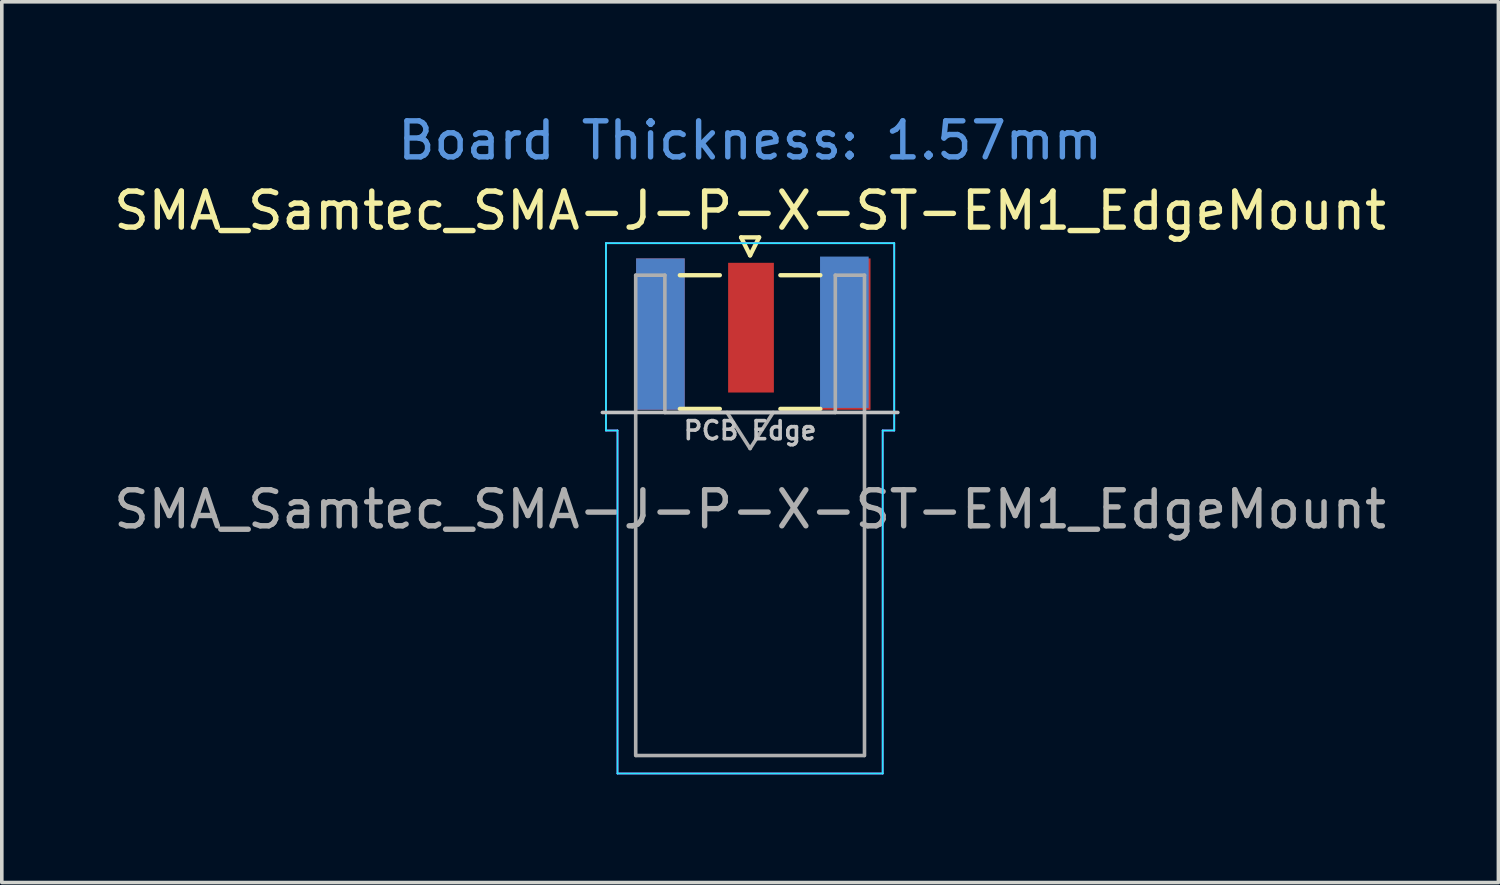
<source format=kicad_pcb>
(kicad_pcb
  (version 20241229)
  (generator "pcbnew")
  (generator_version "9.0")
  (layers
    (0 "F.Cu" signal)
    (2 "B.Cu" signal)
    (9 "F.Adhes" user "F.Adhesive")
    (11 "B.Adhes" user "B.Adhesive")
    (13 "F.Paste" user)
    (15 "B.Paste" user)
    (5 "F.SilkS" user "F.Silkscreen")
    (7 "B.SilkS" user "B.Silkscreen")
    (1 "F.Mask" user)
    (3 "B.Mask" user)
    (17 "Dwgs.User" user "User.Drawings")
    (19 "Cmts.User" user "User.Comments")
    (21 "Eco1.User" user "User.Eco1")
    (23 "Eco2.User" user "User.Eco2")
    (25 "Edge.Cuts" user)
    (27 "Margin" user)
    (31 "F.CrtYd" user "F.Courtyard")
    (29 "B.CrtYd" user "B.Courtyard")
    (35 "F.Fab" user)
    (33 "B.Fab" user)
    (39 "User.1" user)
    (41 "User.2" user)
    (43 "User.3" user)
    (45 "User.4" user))
  (footprint "SMA_Samtec_SMA-J-P-X-ST-EM1_EdgeMount"
    (layer "F.Cu")
    (at 17.768 6.298)
    (property "Reference" "SMA_Samtec_SMA-J-P-X-ST-EM1_EdgeMount" (at 0 -3.5 0) (layer "F.SilkS") (effects (font (size 1 1) (thickness 0.15))))
    (attr smd)
    (fp_line (start -1.95 -1.71) (end -0.84 -1.71) (stroke (width 0.12) (type solid)) (layer "F.SilkS"))
    (fp_line (start -1.95 2) (end -0.84 2) (stroke (width 0.12) (type solid)) (layer "F.SilkS"))
    (fp_line (start -0.25 -2.76) (end 0 -2.26) (stroke (width 0.12) (type solid)) (layer "F.SilkS"))
    (fp_line (start 0 -2.26) (end 0.25 -2.76) (stroke (width 0.12) (type solid)) (layer "F.SilkS"))
    (fp_line (start 0.25 -2.76) (end -0.25 -2.76) (stroke (width 0.12) (type solid)) (layer "F.SilkS"))
    (fp_line (start 0.84 -1.71) (end 1.95 -1.71) (stroke (width 0.12) (type solid)) (layer "F.SilkS"))
    (fp_line (start 0.84 2) (end 1.95 2) (stroke (width 0.12) (type solid)) (layer "F.SilkS"))
    (fp_line (start 4.1 2.1) (end -4.1 2.1) (stroke (width 0.1) (type solid)) (layer "Dwgs.User"))
    (fp_line (start -4 -2.6) (end 4 -2.6) (stroke (width 0.05) (type solid)) (layer "B.CrtYd"))
    (fp_line (start -4 2.6) (end -4 -2.6) (stroke (width 0.05) (type solid)) (layer "B.CrtYd"))
    (fp_line (start -3.68 2.6) (end -4 2.6) (stroke (width 0.05) (type solid)) (layer "B.CrtYd"))
    (fp_line (start -3.68 12.12) (end -3.68 2.6) (stroke (width 0.05) (type solid)) (layer "B.CrtYd"))
    (fp_line (start 3.68 2.6) (end 3.68 12.12) (stroke (width 0.05) (type solid)) (layer "B.CrtYd"))
    (fp_line (start 3.68 12.12) (end -3.68 12.12) (stroke (width 0.05) (type solid)) (layer "B.CrtYd"))
    (fp_line (start 4 2.6) (end 3.68 2.6) (stroke (width 0.05) (type solid)) (layer "B.CrtYd"))
    (fp_line (start 4 2.6) (end 4 -2.6) (stroke (width 0.05) (type solid)) (layer "B.CrtYd"))
    (fp_line (start -4 -2.6) (end 4 -2.6) (stroke (width 0.05) (type solid)) (layer "F.CrtYd"))
    (fp_line (start -4 2.6) (end -4 -2.6) (stroke (width 0.05) (type solid)) (layer "F.CrtYd"))
    (fp_line (start -3.68 2.6) (end -4 2.6) (stroke (width 0.05) (type solid)) (layer "F.CrtYd"))
    (fp_line (start -3.68 12.12) (end -3.68 2.6) (stroke (width 0.05) (type solid)) (layer "F.CrtYd"))
    (fp_line (start 3.68 2.6) (end 3.68 12.12) (stroke (width 0.05) (type solid)) (layer "F.CrtYd"))
    (fp_line (start 3.68 2.6) (end 4 2.6) (stroke (width 0.05) (type solid)) (layer "F.CrtYd"))
    (fp_line (start 3.68 12.12) (end -3.68 12.12) (stroke (width 0.05) (type solid)) (layer "F.CrtYd"))
    (fp_line (start 4 2.6) (end 4 -2.6) (stroke (width 0.05) (type solid)) (layer "F.CrtYd"))
    (fp_line (start -3.175 -1.71) (end -3.175 11.62) (stroke (width 0.1) (type solid)) (layer "F.Fab"))
    (fp_line (start -2.365 -1.71) (end -3.175 -1.71) (stroke (width 0.1) (type solid)) (layer "F.Fab"))
    (fp_line (start -2.365 2.1) (end -2.365 -1.71) (stroke (width 0.1) (type solid)) (layer "F.Fab"))
    (fp_line (start 0 3.1) (end -0.64 2.1) (stroke (width 0.1) (type solid)) (layer "F.Fab"))
    (fp_line (start 0.64 2.1) (end 0 3.1) (stroke (width 0.1) (type solid)) (layer "F.Fab"))
    (fp_line (start 2.365 -1.71) (end 2.365 2.1) (stroke (width 0.1) (type solid)) (layer "F.Fab"))
    (fp_line (start 2.365 2.1) (end -2.365 2.1) (stroke (width 0.1) (type solid)) (layer "F.Fab"))
    (fp_line (start 3.165 11.62) (end -3.165 11.62) (stroke (width 0.1) (type solid)) (layer "F.Fab"))
    (fp_line (start 3.175 -1.71) (end 2.365 -1.71) (stroke (width 0.1) (type solid)) (layer "F.Fab"))
    (fp_line (start 3.175 -1.71) (end 3.175 11.62) (stroke (width 0.1) (type solid)) (layer "F.Fab"))
    (fp_text user "PCB Edge" (at 0 2.6 0) (layer "Dwgs.User") (effects (font (size 0.5 0.5) (thickness 0.1))))
    (fp_text user "Board Thickness: 1.57mm" (at 0 -5.45 0) (layer "Cmts.User") (effects (font (size 1 1) (thickness 0.15))))
    (fp_text user "${REFERENCE}" (at 0 4.79 180) (layer "F.Fab") (effects (font (size 1 1) (thickness 0.15))))
    (pad "1" smd rect (at 0.025 -0.254) (size 1.27 3.6) (layers "F.Cu" "F.Mask" "F.Paste"))
    (pad "2" smd rect (at -2.489 -0.076) (size 1.35 4.2) (layers "F.Cu" "F.Mask" "F.Paste"))
    (pad "2" smd rect (at -2.489 -0.076) (size 1.35 4.2) (layers "B.Cu" "B.Mask" "B.Paste"))
    (pad "2" smd rect (at 2.616 -0.127) (size 1.35 4.2) (layers "B.Cu" "B.Mask" "B.Paste"))
    (pad "2" smd rect (at 2.667 -0.076) (size 1.35 4.2) (layers "F.Cu" "F.Mask" "F.Paste")))
  (gr_rect
    (start -3 -3)
    (end 38.536 21.443)
    (stroke (width 0.1) (type default))
    (fill no)
    (layer "Edge.Cuts")))
</source>
